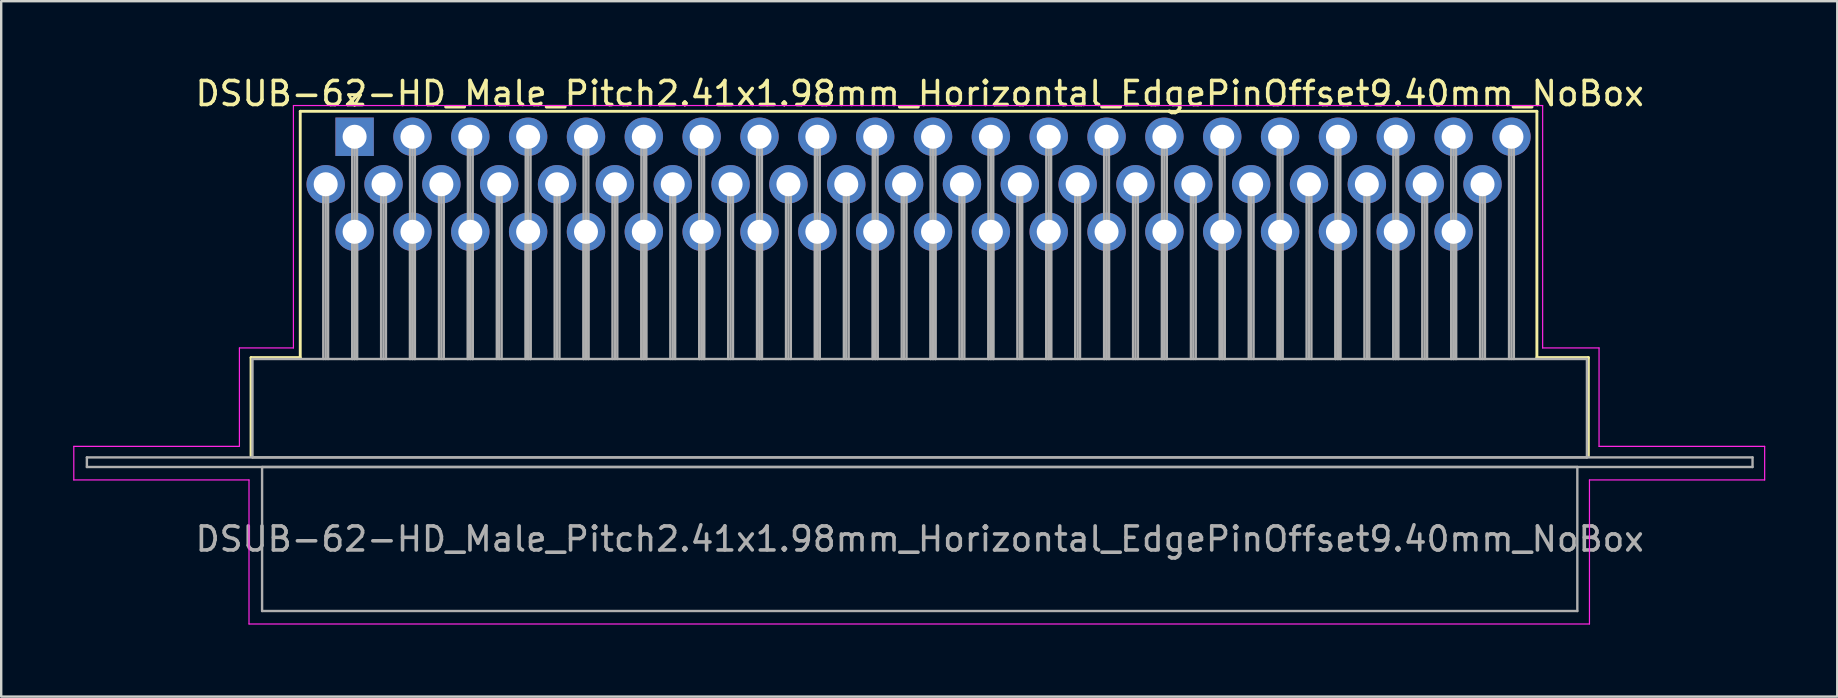
<source format=kicad_pcb>
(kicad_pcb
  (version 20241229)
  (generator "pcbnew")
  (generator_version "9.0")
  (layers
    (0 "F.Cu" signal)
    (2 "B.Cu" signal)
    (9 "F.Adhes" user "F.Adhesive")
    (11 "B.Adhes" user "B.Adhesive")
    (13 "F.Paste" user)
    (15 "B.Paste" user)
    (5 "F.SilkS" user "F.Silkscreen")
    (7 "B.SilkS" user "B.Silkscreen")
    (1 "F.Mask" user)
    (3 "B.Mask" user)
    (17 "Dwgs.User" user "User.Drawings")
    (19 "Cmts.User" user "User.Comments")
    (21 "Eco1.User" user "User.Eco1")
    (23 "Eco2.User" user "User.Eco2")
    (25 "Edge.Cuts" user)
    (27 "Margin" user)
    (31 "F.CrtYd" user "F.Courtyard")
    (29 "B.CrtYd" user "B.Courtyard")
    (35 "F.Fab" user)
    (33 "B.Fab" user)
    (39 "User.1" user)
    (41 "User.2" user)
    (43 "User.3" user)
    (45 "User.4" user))
  (footprint "DSUB-62-HD_Male_Pitch2.41x1.98mm_Horizontal_EdgePinOffset9.40mm_NoBox"
    (layer "F.Cu")
    (at 11.725 2.648)
    (property "Reference" "DSUB-62-HD_Male_Pitch2.41x1.98mm_Horizontal_EdgePinOffset9.40mm_NoBox" (at 23.545 -1.8 0) (layer "F.SilkS") (effects (font (size 1 1) (thickness 0.15))))
    (attr through_hole)
    (fp_line (start -4.315 9.2) (end -2.265 9.2) (stroke (width 0.12) (type solid)) (layer "F.SilkS"))
    (fp_line (start -4.315 13.3) (end -4.315 9.2) (stroke (width 0.12) (type solid)) (layer "F.SilkS"))
    (fp_line (start -2.265 -1.06) (end 49.26 -1.06) (stroke (width 0.12) (type solid)) (layer "F.SilkS"))
    (fp_line (start -2.265 9.2) (end -2.265 -1.06) (stroke (width 0.12) (type solid)) (layer "F.SilkS"))
    (fp_line (start -0.25 -1.754) (end 0.25 -1.754) (stroke (width 0.12) (type solid)) (layer "F.SilkS"))
    (fp_line (start 0 -1.321) (end -0.25 -1.754) (stroke (width 0.12) (type solid)) (layer "F.SilkS"))
    (fp_line (start 0.25 -1.754) (end 0 -1.321) (stroke (width 0.12) (type solid)) (layer "F.SilkS"))
    (fp_line (start 49.26 -1.06) (end 49.26 9.2) (stroke (width 0.12) (type solid)) (layer "F.SilkS"))
    (fp_line (start 49.26 9.2) (end 51.405 9.2) (stroke (width 0.12) (type solid)) (layer "F.SilkS"))
    (fp_line (start 51.405 9.2) (end 51.405 13.3) (stroke (width 0.12) (type solid)) (layer "F.SilkS"))
    (fp_line (start -11.7 12.9) (end -4.8 12.9) (stroke (width 0.05) (type solid)) (layer "F.CrtYd"))
    (fp_line (start -11.7 14.3) (end -11.7 12.9) (stroke (width 0.05) (type solid)) (layer "F.CrtYd"))
    (fp_line (start -4.8 8.8) (end -2.55 8.8) (stroke (width 0.05) (type solid)) (layer "F.CrtYd"))
    (fp_line (start -4.8 12.9) (end -4.8 8.8) (stroke (width 0.05) (type solid)) (layer "F.CrtYd"))
    (fp_line (start -4.4 14.3) (end -11.7 14.3) (stroke (width 0.05) (type solid)) (layer "F.CrtYd"))
    (fp_line (start -4.4 20.3) (end -4.4 14.3) (stroke (width 0.05) (type solid)) (layer "F.CrtYd"))
    (fp_line (start -2.55 -1.3) (end 49.5 -1.3) (stroke (width 0.05) (type solid)) (layer "F.CrtYd"))
    (fp_line (start -2.55 8.8) (end -2.55 -1.3) (stroke (width 0.05) (type solid)) (layer "F.CrtYd"))
    (fp_line (start 49.5 -1.3) (end 49.5 8.8) (stroke (width 0.05) (type solid)) (layer "F.CrtYd"))
    (fp_line (start 49.5 8.8) (end 51.85 8.8) (stroke (width 0.05) (type solid)) (layer "F.CrtYd"))
    (fp_line (start 51.45 14.3) (end 51.45 20.3) (stroke (width 0.05) (type solid)) (layer "F.CrtYd"))
    (fp_line (start 51.45 20.3) (end -4.4 20.3) (stroke (width 0.05) (type solid)) (layer "F.CrtYd"))
    (fp_line (start 51.85 8.8) (end 51.85 12.9) (stroke (width 0.05) (type solid)) (layer "F.CrtYd"))
    (fp_line (start 51.85 12.9) (end 58.75 12.9) (stroke (width 0.05) (type solid)) (layer "F.CrtYd"))
    (fp_line (start 58.75 12.9) (end 58.75 14.3) (stroke (width 0.05) (type solid)) (layer "F.CrtYd"))
    (fp_line (start 58.75 14.3) (end 51.45 14.3) (stroke (width 0.05) (type solid)) (layer "F.CrtYd"))
    (fp_line (start -11.155 13.36) (end -11.155 13.76) (stroke (width 0.1) (type solid)) (layer "F.Fab"))
    (fp_line (start -11.155 13.76) (end 58.245 13.76) (stroke (width 0.1) (type solid)) (layer "F.Fab"))
    (fp_line (start -4.255 9.26) (end -4.255 13.36) (stroke (width 0.1) (type solid)) (layer "F.Fab"))
    (fp_line (start -4.255 13.36) (end 51.345 13.36) (stroke (width 0.1) (type solid)) (layer "F.Fab"))
    (fp_line (start -3.855 13.76) (end -3.855 19.76) (stroke (width 0.1) (type solid)) (layer "F.Fab"))
    (fp_line (start -3.855 19.76) (end 50.945 19.76) (stroke (width 0.1) (type solid)) (layer "F.Fab"))
    (fp_line (start -1.305 1.98) (end -1.305 9.26) (stroke (width 0.1) (type solid)) (layer "F.Fab"))
    (fp_line (start -1.205 1.98) (end -1.205 9.26) (stroke (width 0.1) (type solid)) (layer "F.Fab"))
    (fp_line (start -1.105 1.98) (end -1.105 9.26) (stroke (width 0.1) (type solid)) (layer "F.Fab"))
    (fp_line (start -0.1 0) (end -0.1 9.26) (stroke (width 0.1) (type solid)) (layer "F.Fab"))
    (fp_line (start -0.1 3.96) (end -0.1 9.26) (stroke (width 0.1) (type solid)) (layer "F.Fab"))
    (fp_line (start 0 0) (end 0 9.26) (stroke (width 0.1) (type solid)) (layer "F.Fab"))
    (fp_line (start 0 3.96) (end 0 9.26) (stroke (width 0.1) (type solid)) (layer "F.Fab"))
    (fp_line (start 0.1 0) (end 0.1 9.26) (stroke (width 0.1) (type solid)) (layer "F.Fab"))
    (fp_line (start 0.1 3.96) (end 0.1 9.26) (stroke (width 0.1) (type solid)) (layer "F.Fab"))
    (fp_line (start 1.105 1.98) (end 1.105 9.26) (stroke (width 0.1) (type solid)) (layer "F.Fab"))
    (fp_line (start 1.205 1.98) (end 1.205 9.26) (stroke (width 0.1) (type solid)) (layer "F.Fab"))
    (fp_line (start 1.305 1.98) (end 1.305 9.26) (stroke (width 0.1) (type solid)) (layer "F.Fab"))
    (fp_line (start 2.31 0) (end 2.31 9.26) (stroke (width 0.1) (type solid)) (layer "F.Fab"))
    (fp_line (start 2.31 3.96) (end 2.31 9.26) (stroke (width 0.1) (type solid)) (layer "F.Fab"))
    (fp_line (start 2.41 0) (end 2.41 9.26) (stroke (width 0.1) (type solid)) (layer "F.Fab"))
    (fp_line (start 2.41 3.96) (end 2.41 9.26) (stroke (width 0.1) (type solid)) (layer "F.Fab"))
    (fp_line (start 2.51 0) (end 2.51 9.26) (stroke (width 0.1) (type solid)) (layer "F.Fab"))
    (fp_line (start 2.51 3.96) (end 2.51 9.26) (stroke (width 0.1) (type solid)) (layer "F.Fab"))
    (fp_line (start 3.515 1.98) (end 3.515 9.26) (stroke (width 0.1) (type solid)) (layer "F.Fab"))
    (fp_line (start 3.615 1.98) (end 3.615 9.26) (stroke (width 0.1) (type solid)) (layer "F.Fab"))
    (fp_line (start 3.715 1.98) (end 3.715 9.26) (stroke (width 0.1) (type solid)) (layer "F.Fab"))
    (fp_line (start 4.72 0) (end 4.72 9.26) (stroke (width 0.1) (type solid)) (layer "F.Fab"))
    (fp_line (start 4.72 3.96) (end 4.72 9.26) (stroke (width 0.1) (type solid)) (layer "F.Fab"))
    (fp_line (start 4.82 0) (end 4.82 9.26) (stroke (width 0.1) (type solid)) (layer "F.Fab"))
    (fp_line (start 4.82 3.96) (end 4.82 9.26) (stroke (width 0.1) (type solid)) (layer "F.Fab"))
    (fp_line (start 4.92 0) (end 4.92 9.26) (stroke (width 0.1) (type solid)) (layer "F.Fab"))
    (fp_line (start 4.92 3.96) (end 4.92 9.26) (stroke (width 0.1) (type solid)) (layer "F.Fab"))
    (fp_line (start 5.925 1.98) (end 5.925 9.26) (stroke (width 0.1) (type solid)) (layer "F.Fab"))
    (fp_line (start 6.025 1.98) (end 6.025 9.26) (stroke (width 0.1) (type solid)) (layer "F.Fab"))
    (fp_line (start 6.125 1.98) (end 6.125 9.26) (stroke (width 0.1) (type solid)) (layer "F.Fab"))
    (fp_line (start 7.13 0) (end 7.13 9.26) (stroke (width 0.1) (type solid)) (layer "F.Fab"))
    (fp_line (start 7.13 3.96) (end 7.13 9.26) (stroke (width 0.1) (type solid)) (layer "F.Fab"))
    (fp_line (start 7.23 0) (end 7.23 9.26) (stroke (width 0.1) (type solid)) (layer "F.Fab"))
    (fp_line (start 7.23 3.96) (end 7.23 9.26) (stroke (width 0.1) (type solid)) (layer "F.Fab"))
    (fp_line (start 7.33 0) (end 7.33 9.26) (stroke (width 0.1) (type solid)) (layer "F.Fab"))
    (fp_line (start 7.33 3.96) (end 7.33 9.26) (stroke (width 0.1) (type solid)) (layer "F.Fab"))
    (fp_line (start 8.335 1.98) (end 8.335 9.26) (stroke (width 0.1) (type solid)) (layer "F.Fab"))
    (fp_line (start 8.435 1.98) (end 8.435 9.26) (stroke (width 0.1) (type solid)) (layer "F.Fab"))
    (fp_line (start 8.535 1.98) (end 8.535 9.26) (stroke (width 0.1) (type solid)) (layer "F.Fab"))
    (fp_line (start 9.54 0) (end 9.54 9.26) (stroke (width 0.1) (type solid)) (layer "F.Fab"))
    (fp_line (start 9.54 3.96) (end 9.54 9.26) (stroke (width 0.1) (type solid)) (layer "F.Fab"))
    (fp_line (start 9.64 0) (end 9.64 9.26) (stroke (width 0.1) (type solid)) (layer "F.Fab"))
    (fp_line (start 9.64 3.96) (end 9.64 9.26) (stroke (width 0.1) (type solid)) (layer "F.Fab"))
    (fp_line (start 9.74 0) (end 9.74 9.26) (stroke (width 0.1) (type solid)) (layer "F.Fab"))
    (fp_line (start 9.74 3.96) (end 9.74 9.26) (stroke (width 0.1) (type solid)) (layer "F.Fab"))
    (fp_line (start 10.745 1.98) (end 10.745 9.26) (stroke (width 0.1) (type solid)) (layer "F.Fab"))
    (fp_line (start 10.845 1.98) (end 10.845 9.26) (stroke (width 0.1) (type solid)) (layer "F.Fab"))
    (fp_line (start 10.945 1.98) (end 10.945 9.26) (stroke (width 0.1) (type solid)) (layer "F.Fab"))
    (fp_line (start 11.95 0) (end 11.95 9.26) (stroke (width 0.1) (type solid)) (layer "F.Fab"))
    (fp_line (start 11.95 3.96) (end 11.95 9.26) (stroke (width 0.1) (type solid)) (layer "F.Fab"))
    (fp_line (start 12.05 0) (end 12.05 9.26) (stroke (width 0.1) (type solid)) (layer "F.Fab"))
    (fp_line (start 12.05 3.96) (end 12.05 9.26) (stroke (width 0.1) (type solid)) (layer "F.Fab"))
    (fp_line (start 12.15 0) (end 12.15 9.26) (stroke (width 0.1) (type solid)) (layer "F.Fab"))
    (fp_line (start 12.15 3.96) (end 12.15 9.26) (stroke (width 0.1) (type solid)) (layer "F.Fab"))
    (fp_line (start 13.155 1.98) (end 13.155 9.26) (stroke (width 0.1) (type solid)) (layer "F.Fab"))
    (fp_line (start 13.255 1.98) (end 13.255 9.26) (stroke (width 0.1) (type solid)) (layer "F.Fab"))
    (fp_line (start 13.355 1.98) (end 13.355 9.26) (stroke (width 0.1) (type solid)) (layer "F.Fab"))
    (fp_line (start 14.36 0) (end 14.36 9.26) (stroke (width 0.1) (type solid)) (layer "F.Fab"))
    (fp_line (start 14.36 3.96) (end 14.36 9.26) (stroke (width 0.1) (type solid)) (layer "F.Fab"))
    (fp_line (start 14.46 0) (end 14.46 9.26) (stroke (width 0.1) (type solid)) (layer "F.Fab"))
    (fp_line (start 14.46 3.96) (end 14.46 9.26) (stroke (width 0.1) (type solid)) (layer "F.Fab"))
    (fp_line (start 14.56 0) (end 14.56 9.26) (stroke (width 0.1) (type solid)) (layer "F.Fab"))
    (fp_line (start 14.56 3.96) (end 14.56 9.26) (stroke (width 0.1) (type solid)) (layer "F.Fab"))
    (fp_line (start 15.565 1.98) (end 15.565 9.26) (stroke (width 0.1) (type solid)) (layer "F.Fab"))
    (fp_line (start 15.665 1.98) (end 15.665 9.26) (stroke (width 0.1) (type solid)) (layer "F.Fab"))
    (fp_line (start 15.765 1.98) (end 15.765 9.26) (stroke (width 0.1) (type solid)) (layer "F.Fab"))
    (fp_line (start 16.77 0) (end 16.77 9.26) (stroke (width 0.1) (type solid)) (layer "F.Fab"))
    (fp_line (start 16.77 3.96) (end 16.77 9.26) (stroke (width 0.1) (type solid)) (layer "F.Fab"))
    (fp_line (start 16.87 0) (end 16.87 9.26) (stroke (width 0.1) (type solid)) (layer "F.Fab"))
    (fp_line (start 16.87 3.96) (end 16.87 9.26) (stroke (width 0.1) (type solid)) (layer "F.Fab"))
    (fp_line (start 16.97 0) (end 16.97 9.26) (stroke (width 0.1) (type solid)) (layer "F.Fab"))
    (fp_line (start 16.97 3.96) (end 16.97 9.26) (stroke (width 0.1) (type solid)) (layer "F.Fab"))
    (fp_line (start 17.975 1.98) (end 17.975 9.26) (stroke (width 0.1) (type solid)) (layer "F.Fab"))
    (fp_line (start 18.075 1.98) (end 18.075 9.26) (stroke (width 0.1) (type solid)) (layer "F.Fab"))
    (fp_line (start 18.175 1.98) (end 18.175 9.26) (stroke (width 0.1) (type solid)) (layer "F.Fab"))
    (fp_line (start 19.18 0) (end 19.18 9.26) (stroke (width 0.1) (type solid)) (layer "F.Fab"))
    (fp_line (start 19.18 3.96) (end 19.18 9.26) (stroke (width 0.1) (type solid)) (layer "F.Fab"))
    (fp_line (start 19.28 0) (end 19.28 9.26) (stroke (width 0.1) (type solid)) (layer "F.Fab"))
    (fp_line (start 19.28 3.96) (end 19.28 9.26) (stroke (width 0.1) (type solid)) (layer "F.Fab"))
    (fp_line (start 19.38 0) (end 19.38 9.26) (stroke (width 0.1) (type solid)) (layer "F.Fab"))
    (fp_line (start 19.38 3.96) (end 19.38 9.26) (stroke (width 0.1) (type solid)) (layer "F.Fab"))
    (fp_line (start 20.385 1.98) (end 20.385 9.26) (stroke (width 0.1) (type solid)) (layer "F.Fab"))
    (fp_line (start 20.485 1.98) (end 20.485 9.26) (stroke (width 0.1) (type solid)) (layer "F.Fab"))
    (fp_line (start 20.585 1.98) (end 20.585 9.26) (stroke (width 0.1) (type solid)) (layer "F.Fab"))
    (fp_line (start 21.59 0) (end 21.59 9.26) (stroke (width 0.1) (type solid)) (layer "F.Fab"))
    (fp_line (start 21.59 3.96) (end 21.59 9.26) (stroke (width 0.1) (type solid)) (layer "F.Fab"))
    (fp_line (start 21.69 0) (end 21.69 9.26) (stroke (width 0.1) (type solid)) (layer "F.Fab"))
    (fp_line (start 21.69 3.96) (end 21.69 9.26) (stroke (width 0.1) (type solid)) (layer "F.Fab"))
    (fp_line (start 21.79 0) (end 21.79 9.26) (stroke (width 0.1) (type solid)) (layer "F.Fab"))
    (fp_line (start 21.79 3.96) (end 21.79 9.26) (stroke (width 0.1) (type solid)) (layer "F.Fab"))
    (fp_line (start 22.795 1.98) (end 22.795 9.26) (stroke (width 0.1) (type solid)) (layer "F.Fab"))
    (fp_line (start 22.895 1.98) (end 22.895 9.26) (stroke (width 0.1) (type solid)) (layer "F.Fab"))
    (fp_line (start 22.995 1.98) (end 22.995 9.26) (stroke (width 0.1) (type solid)) (layer "F.Fab"))
    (fp_line (start 24 0) (end 24 9.26) (stroke (width 0.1) (type solid)) (layer "F.Fab"))
    (fp_line (start 24 3.96) (end 24 9.26) (stroke (width 0.1) (type solid)) (layer "F.Fab"))
    (fp_line (start 24.1 0) (end 24.1 9.26) (stroke (width 0.1) (type solid)) (layer "F.Fab"))
    (fp_line (start 24.1 3.96) (end 24.1 9.26) (stroke (width 0.1) (type solid)) (layer "F.Fab"))
    (fp_line (start 24.2 0) (end 24.2 9.26) (stroke (width 0.1) (type solid)) (layer "F.Fab"))
    (fp_line (start 24.2 3.96) (end 24.2 9.26) (stroke (width 0.1) (type solid)) (layer "F.Fab"))
    (fp_line (start 25.205 1.98) (end 25.205 9.26) (stroke (width 0.1) (type solid)) (layer "F.Fab"))
    (fp_line (start 25.305 1.98) (end 25.305 9.26) (stroke (width 0.1) (type solid)) (layer "F.Fab"))
    (fp_line (start 25.405 1.98) (end 25.405 9.26) (stroke (width 0.1) (type solid)) (layer "F.Fab"))
    (fp_line (start 26.41 0) (end 26.41 9.26) (stroke (width 0.1) (type solid)) (layer "F.Fab"))
    (fp_line (start 26.41 3.96) (end 26.41 9.26) (stroke (width 0.1) (type solid)) (layer "F.Fab"))
    (fp_line (start 26.51 0) (end 26.51 9.26) (stroke (width 0.1) (type solid)) (layer "F.Fab"))
    (fp_line (start 26.51 3.96) (end 26.51 9.26) (stroke (width 0.1) (type solid)) (layer "F.Fab"))
    (fp_line (start 26.61 0) (end 26.61 9.26) (stroke (width 0.1) (type solid)) (layer "F.Fab"))
    (fp_line (start 26.61 3.96) (end 26.61 9.26) (stroke (width 0.1) (type solid)) (layer "F.Fab"))
    (fp_line (start 27.615 1.98) (end 27.615 9.26) (stroke (width 0.1) (type solid)) (layer "F.Fab"))
    (fp_line (start 27.715 1.98) (end 27.715 9.26) (stroke (width 0.1) (type solid)) (layer "F.Fab"))
    (fp_line (start 27.815 1.98) (end 27.815 9.26) (stroke (width 0.1) (type solid)) (layer "F.Fab"))
    (fp_line (start 28.82 0) (end 28.82 9.26) (stroke (width 0.1) (type solid)) (layer "F.Fab"))
    (fp_line (start 28.82 3.96) (end 28.82 9.26) (stroke (width 0.1) (type solid)) (layer "F.Fab"))
    (fp_line (start 28.92 0) (end 28.92 9.26) (stroke (width 0.1) (type solid)) (layer "F.Fab"))
    (fp_line (start 28.92 3.96) (end 28.92 9.26) (stroke (width 0.1) (type solid)) (layer "F.Fab"))
    (fp_line (start 29.02 0) (end 29.02 9.26) (stroke (width 0.1) (type solid)) (layer "F.Fab"))
    (fp_line (start 29.02 3.96) (end 29.02 9.26) (stroke (width 0.1) (type solid)) (layer "F.Fab"))
    (fp_line (start 30.025 1.98) (end 30.025 9.26) (stroke (width 0.1) (type solid)) (layer "F.Fab"))
    (fp_line (start 30.125 1.98) (end 30.125 9.26) (stroke (width 0.1) (type solid)) (layer "F.Fab"))
    (fp_line (start 30.225 1.98) (end 30.225 9.26) (stroke (width 0.1) (type solid)) (layer "F.Fab"))
    (fp_line (start 31.23 0) (end 31.23 9.26) (stroke (width 0.1) (type solid)) (layer "F.Fab"))
    (fp_line (start 31.23 3.96) (end 31.23 9.26) (stroke (width 0.1) (type solid)) (layer "F.Fab"))
    (fp_line (start 31.33 0) (end 31.33 9.26) (stroke (width 0.1) (type solid)) (layer "F.Fab"))
    (fp_line (start 31.33 3.96) (end 31.33 9.26) (stroke (width 0.1) (type solid)) (layer "F.Fab"))
    (fp_line (start 31.43 0) (end 31.43 9.26) (stroke (width 0.1) (type solid)) (layer "F.Fab"))
    (fp_line (start 31.43 3.96) (end 31.43 9.26) (stroke (width 0.1) (type solid)) (layer "F.Fab"))
    (fp_line (start 32.435 1.98) (end 32.435 9.26) (stroke (width 0.1) (type solid)) (layer "F.Fab"))
    (fp_line (start 32.535 1.98) (end 32.535 9.26) (stroke (width 0.1) (type solid)) (layer "F.Fab"))
    (fp_line (start 32.635 1.98) (end 32.635 9.26) (stroke (width 0.1) (type solid)) (layer "F.Fab"))
    (fp_line (start 33.64 0) (end 33.64 9.26) (stroke (width 0.1) (type solid)) (layer "F.Fab"))
    (fp_line (start 33.64 3.96) (end 33.64 9.26) (stroke (width 0.1) (type solid)) (layer "F.Fab"))
    (fp_line (start 33.74 0) (end 33.74 9.26) (stroke (width 0.1) (type solid)) (layer "F.Fab"))
    (fp_line (start 33.74 3.96) (end 33.74 9.26) (stroke (width 0.1) (type solid)) (layer "F.Fab"))
    (fp_line (start 33.84 0) (end 33.84 9.26) (stroke (width 0.1) (type solid)) (layer "F.Fab"))
    (fp_line (start 33.84 3.96) (end 33.84 9.26) (stroke (width 0.1) (type solid)) (layer "F.Fab"))
    (fp_line (start 34.845 1.98) (end 34.845 9.26) (stroke (width 0.1) (type solid)) (layer "F.Fab"))
    (fp_line (start 34.945 1.98) (end 34.945 9.26) (stroke (width 0.1) (type solid)) (layer "F.Fab"))
    (fp_line (start 35.045 1.98) (end 35.045 9.26) (stroke (width 0.1) (type solid)) (layer "F.Fab"))
    (fp_line (start 36.05 0) (end 36.05 9.26) (stroke (width 0.1) (type solid)) (layer "F.Fab"))
    (fp_line (start 36.05 3.96) (end 36.05 9.26) (stroke (width 0.1) (type solid)) (layer "F.Fab"))
    (fp_line (start 36.15 0) (end 36.15 9.26) (stroke (width 0.1) (type solid)) (layer "F.Fab"))
    (fp_line (start 36.15 3.96) (end 36.15 9.26) (stroke (width 0.1) (type solid)) (layer "F.Fab"))
    (fp_line (start 36.25 0) (end 36.25 9.26) (stroke (width 0.1) (type solid)) (layer "F.Fab"))
    (fp_line (start 36.25 3.96) (end 36.25 9.26) (stroke (width 0.1) (type solid)) (layer "F.Fab"))
    (fp_line (start 37.255 1.98) (end 37.255 9.26) (stroke (width 0.1) (type solid)) (layer "F.Fab"))
    (fp_line (start 37.355 1.98) (end 37.355 9.26) (stroke (width 0.1) (type solid)) (layer "F.Fab"))
    (fp_line (start 37.455 1.98) (end 37.455 9.26) (stroke (width 0.1) (type solid)) (layer "F.Fab"))
    (fp_line (start 38.46 0) (end 38.46 9.26) (stroke (width 0.1) (type solid)) (layer "F.Fab"))
    (fp_line (start 38.46 3.96) (end 38.46 9.26) (stroke (width 0.1) (type solid)) (layer "F.Fab"))
    (fp_line (start 38.56 0) (end 38.56 9.26) (stroke (width 0.1) (type solid)) (layer "F.Fab"))
    (fp_line (start 38.56 3.96) (end 38.56 9.26) (stroke (width 0.1) (type solid)) (layer "F.Fab"))
    (fp_line (start 38.66 0) (end 38.66 9.26) (stroke (width 0.1) (type solid)) (layer "F.Fab"))
    (fp_line (start 38.66 3.96) (end 38.66 9.26) (stroke (width 0.1) (type solid)) (layer "F.Fab"))
    (fp_line (start 39.665 1.98) (end 39.665 9.26) (stroke (width 0.1) (type solid)) (layer "F.Fab"))
    (fp_line (start 39.765 1.98) (end 39.765 9.26) (stroke (width 0.1) (type solid)) (layer "F.Fab"))
    (fp_line (start 39.865 1.98) (end 39.865 9.26) (stroke (width 0.1) (type solid)) (layer "F.Fab"))
    (fp_line (start 40.87 0) (end 40.87 9.26) (stroke (width 0.1) (type solid)) (layer "F.Fab"))
    (fp_line (start 40.87 3.96) (end 40.87 9.26) (stroke (width 0.1) (type solid)) (layer "F.Fab"))
    (fp_line (start 40.97 0) (end 40.97 9.26) (stroke (width 0.1) (type solid)) (layer "F.Fab"))
    (fp_line (start 40.97 3.96) (end 40.97 9.26) (stroke (width 0.1) (type solid)) (layer "F.Fab"))
    (fp_line (start 41.07 0) (end 41.07 9.26) (stroke (width 0.1) (type solid)) (layer "F.Fab"))
    (fp_line (start 41.07 3.96) (end 41.07 9.26) (stroke (width 0.1) (type solid)) (layer "F.Fab"))
    (fp_line (start 42.075 1.98) (end 42.075 9.26) (stroke (width 0.1) (type solid)) (layer "F.Fab"))
    (fp_line (start 42.175 1.98) (end 42.175 9.26) (stroke (width 0.1) (type solid)) (layer "F.Fab"))
    (fp_line (start 42.275 1.98) (end 42.275 9.26) (stroke (width 0.1) (type solid)) (layer "F.Fab"))
    (fp_line (start 43.28 0) (end 43.28 9.26) (stroke (width 0.1) (type solid)) (layer "F.Fab"))
    (fp_line (start 43.28 3.96) (end 43.28 9.26) (stroke (width 0.1) (type solid)) (layer "F.Fab"))
    (fp_line (start 43.38 0) (end 43.38 9.26) (stroke (width 0.1) (type solid)) (layer "F.Fab"))
    (fp_line (start 43.38 3.96) (end 43.38 9.26) (stroke (width 0.1) (type solid)) (layer "F.Fab"))
    (fp_line (start 43.48 0) (end 43.48 9.26) (stroke (width 0.1) (type solid)) (layer "F.Fab"))
    (fp_line (start 43.48 3.96) (end 43.48 9.26) (stroke (width 0.1) (type solid)) (layer "F.Fab"))
    (fp_line (start 44.485 1.98) (end 44.485 9.26) (stroke (width 0.1) (type solid)) (layer "F.Fab"))
    (fp_line (start 44.585 1.98) (end 44.585 9.26) (stroke (width 0.1) (type solid)) (layer "F.Fab"))
    (fp_line (start 44.685 1.98) (end 44.685 9.26) (stroke (width 0.1) (type solid)) (layer "F.Fab"))
    (fp_line (start 45.69 0) (end 45.69 9.26) (stroke (width 0.1) (type solid)) (layer "F.Fab"))
    (fp_line (start 45.69 3.96) (end 45.69 9.26) (stroke (width 0.1) (type solid)) (layer "F.Fab"))
    (fp_line (start 45.79 0) (end 45.79 9.26) (stroke (width 0.1) (type solid)) (layer "F.Fab"))
    (fp_line (start 45.79 3.96) (end 45.79 9.26) (stroke (width 0.1) (type solid)) (layer "F.Fab"))
    (fp_line (start 45.89 0) (end 45.89 9.26) (stroke (width 0.1) (type solid)) (layer "F.Fab"))
    (fp_line (start 45.89 3.96) (end 45.89 9.26) (stroke (width 0.1) (type solid)) (layer "F.Fab"))
    (fp_line (start 46.895 1.98) (end 46.895 9.26) (stroke (width 0.1) (type solid)) (layer "F.Fab"))
    (fp_line (start 46.995 1.98) (end 46.995 9.26) (stroke (width 0.1) (type solid)) (layer "F.Fab"))
    (fp_line (start 47.095 1.98) (end 47.095 9.26) (stroke (width 0.1) (type solid)) (layer "F.Fab"))
    (fp_line (start 48.1 0) (end 48.1 9.26) (stroke (width 0.1) (type solid)) (layer "F.Fab"))
    (fp_line (start 48.2 0) (end 48.2 9.26) (stroke (width 0.1) (type solid)) (layer "F.Fab"))
    (fp_line (start 48.3 0) (end 48.3 9.26) (stroke (width 0.1) (type solid)) (layer "F.Fab"))
    (fp_line (start 50.945 13.76) (end -3.855 13.76) (stroke (width 0.1) (type solid)) (layer "F.Fab"))
    (fp_line (start 50.945 19.76) (end 50.945 13.76) (stroke (width 0.1) (type solid)) (layer "F.Fab"))
    (fp_line (start 51.345 9.26) (end -4.255 9.26) (stroke (width 0.1) (type solid)) (layer "F.Fab"))
    (fp_line (start 51.345 13.36) (end 51.345 9.26) (stroke (width 0.1) (type solid)) (layer "F.Fab"))
    (fp_line (start 58.245 13.36) (end -11.155 13.36) (stroke (width 0.1) (type solid)) (layer "F.Fab"))
    (fp_line (start 58.245 13.76) (end 58.245 13.36) (stroke (width 0.1) (type solid)) (layer "F.Fab"))
    (fp_text user "${REFERENCE}" (at 23.545 16.76 0) (layer "F.Fab") (effects (font (size 1 1) (thickness 0.15))))
    (pad "1" thru_hole rect (at 0 0) (size 1.6 1.6) (drill 1) (layers "*.Cu" "*.Mask"))
    (pad "2" thru_hole circle (at 2.41 0) (size 1.6 1.6) (drill 1) (layers "*.Cu" "*.Mask"))
    (pad "3" thru_hole circle (at 4.82 0) (size 1.6 1.6) (drill 1) (layers "*.Cu" "*.Mask"))
    (pad "4" thru_hole circle (at 7.23 0) (size 1.6 1.6) (drill 1) (layers "*.Cu" "*.Mask"))
    (pad "5" thru_hole circle (at 9.64 0) (size 1.6 1.6) (drill 1) (layers "*.Cu" "*.Mask"))
    (pad "6" thru_hole circle (at 12.05 0) (size 1.6 1.6) (drill 1) (layers "*.Cu" "*.Mask"))
    (pad "7" thru_hole circle (at 14.46 0) (size 1.6 1.6) (drill 1) (layers "*.Cu" "*.Mask"))
    (pad "8" thru_hole circle (at 16.87 0) (size 1.6 1.6) (drill 1) (layers "*.Cu" "*.Mask"))
    (pad "9" thru_hole circle (at 19.28 0) (size 1.6 1.6) (drill 1) (layers "*.Cu" "*.Mask"))
    (pad "10" thru_hole circle (at 21.69 0) (size 1.6 1.6) (drill 1) (layers "*.Cu" "*.Mask"))
    (pad "11" thru_hole circle (at 24.1 0) (size 1.6 1.6) (drill 1) (layers "*.Cu" "*.Mask"))
    (pad "12" thru_hole circle (at 26.51 0) (size 1.6 1.6) (drill 1) (layers "*.Cu" "*.Mask"))
    (pad "13" thru_hole circle (at 28.92 0) (size 1.6 1.6) (drill 1) (layers "*.Cu" "*.Mask"))
    (pad "14" thru_hole circle (at 31.33 0) (size 1.6 1.6) (drill 1) (layers "*.Cu" "*.Mask"))
    (pad "15" thru_hole circle (at 33.74 0) (size 1.6 1.6) (drill 1) (layers "*.Cu" "*.Mask"))
    (pad "16" thru_hole circle (at 36.15 0) (size 1.6 1.6) (drill 1) (layers "*.Cu" "*.Mask"))
    (pad "17" thru_hole circle (at 38.56 0) (size 1.6 1.6) (drill 1) (layers "*.Cu" "*.Mask"))
    (pad "18" thru_hole circle (at 40.97 0) (size 1.6 1.6) (drill 1) (layers "*.Cu" "*.Mask"))
    (pad "19" thru_hole circle (at 43.38 0) (size 1.6 1.6) (drill 1) (layers "*.Cu" "*.Mask"))
    (pad "20" thru_hole circle (at 45.79 0) (size 1.6 1.6) (drill 1) (layers "*.Cu" "*.Mask"))
    (pad "21" thru_hole circle (at 48.2 0) (size 1.6 1.6) (drill 1) (layers "*.Cu" "*.Mask"))
    (pad "22" thru_hole circle (at -1.205 1.98) (size 1.6 1.6) (drill 1) (layers "*.Cu" "*.Mask"))
    (pad "23" thru_hole circle (at 1.205 1.98) (size 1.6 1.6) (drill 1) (layers "*.Cu" "*.Mask"))
    (pad "24" thru_hole circle (at 3.615 1.98) (size 1.6 1.6) (drill 1) (layers "*.Cu" "*.Mask"))
    (pad "25" thru_hole circle (at 6.025 1.98) (size 1.6 1.6) (drill 1) (layers "*.Cu" "*.Mask"))
    (pad "26" thru_hole circle (at 8.435 1.98) (size 1.6 1.6) (drill 1) (layers "*.Cu" "*.Mask"))
    (pad "27" thru_hole circle (at 10.845 1.98) (size 1.6 1.6) (drill 1) (layers "*.Cu" "*.Mask"))
    (pad "28" thru_hole circle (at 13.255 1.98) (size 1.6 1.6) (drill 1) (layers "*.Cu" "*.Mask"))
    (pad "29" thru_hole circle (at 15.665 1.98) (size 1.6 1.6) (drill 1) (layers "*.Cu" "*.Mask"))
    (pad "30" thru_hole circle (at 18.075 1.98) (size 1.6 1.6) (drill 1) (layers "*.Cu" "*.Mask"))
    (pad "31" thru_hole circle (at 20.485 1.98) (size 1.6 1.6) (drill 1) (layers "*.Cu" "*.Mask"))
    (pad "32" thru_hole circle (at 22.895 1.98) (size 1.6 1.6) (drill 1) (layers "*.Cu" "*.Mask"))
    (pad "33" thru_hole circle (at 25.305 1.98) (size 1.6 1.6) (drill 1) (layers "*.Cu" "*.Mask"))
    (pad "34" thru_hole circle (at 27.715 1.98) (size 1.6 1.6) (drill 1) (layers "*.Cu" "*.Mask"))
    (pad "35" thru_hole circle (at 30.125 1.98) (size 1.6 1.6) (drill 1) (layers "*.Cu" "*.Mask"))
    (pad "36" thru_hole circle (at 32.535 1.98) (size 1.6 1.6) (drill 1) (layers "*.Cu" "*.Mask"))
    (pad "37" thru_hole circle (at 34.945 1.98) (size 1.6 1.6) (drill 1) (layers "*.Cu" "*.Mask"))
    (pad "38" thru_hole circle (at 37.355 1.98) (size 1.6 1.6) (drill 1) (layers "*.Cu" "*.Mask"))
    (pad "39" thru_hole circle (at 39.765 1.98) (size 1.6 1.6) (drill 1) (layers "*.Cu" "*.Mask"))
    (pad "40" thru_hole circle (at 42.175 1.98) (size 1.6 1.6) (drill 1) (layers "*.Cu" "*.Mask"))
    (pad "41" thru_hole circle (at 44.585 1.98) (size 1.6 1.6) (drill 1) (layers "*.Cu" "*.Mask"))
    (pad "42" thru_hole circle (at 46.995 1.98) (size 1.6 1.6) (drill 1) (layers "*.Cu" "*.Mask"))
    (pad "43" thru_hole circle (at 0 3.96) (size 1.6 1.6) (drill 1) (layers "*.Cu" "*.Mask"))
    (pad "44" thru_hole circle (at 2.41 3.96) (size 1.6 1.6) (drill 1) (layers "*.Cu" "*.Mask"))
    (pad "45" thru_hole circle (at 4.82 3.96) (size 1.6 1.6) (drill 1) (layers "*.Cu" "*.Mask"))
    (pad "46" thru_hole circle (at 7.23 3.96) (size 1.6 1.6) (drill 1) (layers "*.Cu" "*.Mask"))
    (pad "47" thru_hole circle (at 9.64 3.96) (size 1.6 1.6) (drill 1) (layers "*.Cu" "*.Mask"))
    (pad "48" thru_hole circle (at 12.05 3.96) (size 1.6 1.6) (drill 1) (layers "*.Cu" "*.Mask"))
    (pad "49" thru_hole circle (at 14.46 3.96) (size 1.6 1.6) (drill 1) (layers "*.Cu" "*.Mask"))
    (pad "50" thru_hole circle (at 16.87 3.96) (size 1.6 1.6) (drill 1) (layers "*.Cu" "*.Mask"))
    (pad "51" thru_hole circle (at 19.28 3.96) (size 1.6 1.6) (drill 1) (layers "*.Cu" "*.Mask"))
    (pad "52" thru_hole circle (at 21.69 3.96) (size 1.6 1.6) (drill 1) (layers "*.Cu" "*.Mask"))
    (pad "53" thru_hole circle (at 24.1 3.96) (size 1.6 1.6) (drill 1) (layers "*.Cu" "*.Mask"))
    (pad "54" thru_hole circle (at 26.51 3.96) (size 1.6 1.6) (drill 1) (layers "*.Cu" "*.Mask"))
    (pad "55" thru_hole circle (at 28.92 3.96) (size 1.6 1.6) (drill 1) (layers "*.Cu" "*.Mask"))
    (pad "56" thru_hole circle (at 31.33 3.96) (size 1.6 1.6) (drill 1) (layers "*.Cu" "*.Mask"))
    (pad "57" thru_hole circle (at 33.74 3.96) (size 1.6 1.6) (drill 1) (layers "*.Cu" "*.Mask"))
    (pad "58" thru_hole circle (at 36.15 3.96) (size 1.6 1.6) (drill 1) (layers "*.Cu" "*.Mask"))
    (pad "59" thru_hole circle (at 38.56 3.96) (size 1.6 1.6) (drill 1) (layers "*.Cu" "*.Mask"))
    (pad "60" thru_hole circle (at 40.97 3.96) (size 1.6 1.6) (drill 1) (layers "*.Cu" "*.Mask"))
    (pad "61" thru_hole circle (at 43.38 3.96) (size 1.6 1.6) (drill 1) (layers "*.Cu" "*.Mask"))
    (pad "62" thru_hole circle (at 45.79 3.96) (size 1.6 1.6) (drill 1) (layers "*.Cu" "*.Mask")))
  (gr_rect
    (start -3 -3)
    (end 73.5 25.973)
    (stroke (width 0.1) (type default))
    (fill no)
    (layer "Edge.Cuts")))
</source>
